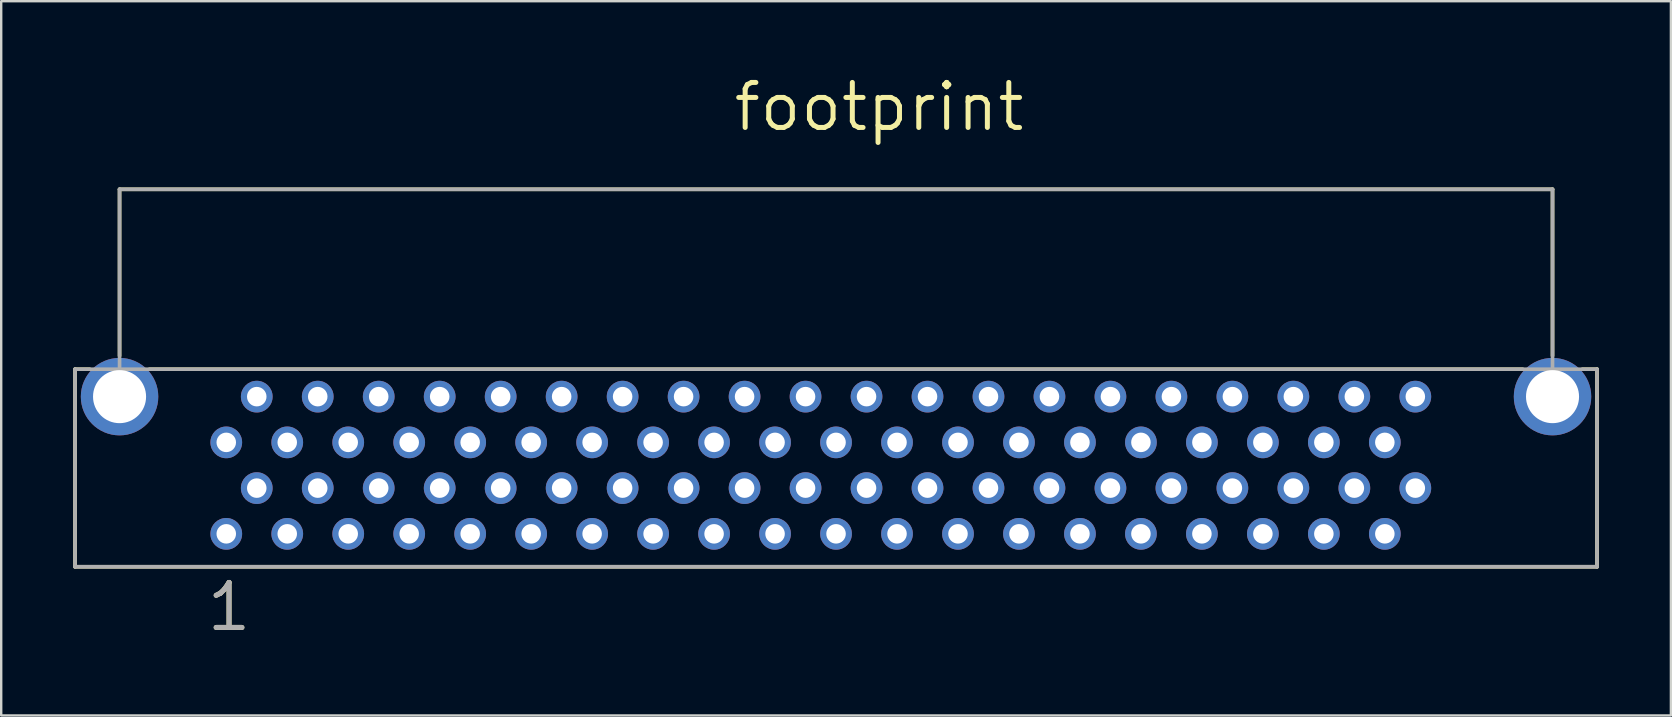
<source format=kicad_pcb>
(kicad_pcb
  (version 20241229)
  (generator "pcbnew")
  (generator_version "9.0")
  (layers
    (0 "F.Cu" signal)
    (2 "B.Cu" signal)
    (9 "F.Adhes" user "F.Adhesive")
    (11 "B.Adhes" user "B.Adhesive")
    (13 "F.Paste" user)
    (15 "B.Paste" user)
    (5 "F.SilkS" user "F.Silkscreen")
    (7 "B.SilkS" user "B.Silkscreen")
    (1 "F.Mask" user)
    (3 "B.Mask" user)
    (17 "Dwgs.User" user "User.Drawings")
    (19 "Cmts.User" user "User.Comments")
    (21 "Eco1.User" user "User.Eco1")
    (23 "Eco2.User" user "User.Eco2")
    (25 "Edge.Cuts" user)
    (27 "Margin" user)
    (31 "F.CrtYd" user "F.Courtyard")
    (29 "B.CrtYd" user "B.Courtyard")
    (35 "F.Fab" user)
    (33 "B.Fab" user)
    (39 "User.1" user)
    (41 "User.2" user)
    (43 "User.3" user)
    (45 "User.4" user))
  (footprint "footprint"
    (layer "F.Cu")
    (at 31.775 12.329)
    (property "Reference" "footprint" (at -4.369 -9.83 0) (layer "F.SilkS") (effects (font (size 1.875 1.875) (thickness 0.208)) (justify left bottom)))
    (fp_line (start -31.699 0) (end -31.699 8.23) (stroke (width 0.152) (type solid)) (layer "F.SilkS"))
    (fp_line (start -31.699 8.23) (end 31.699 8.23) (stroke (width 0.152) (type solid)) (layer "F.SilkS"))
    (fp_line (start -31.09 0) (end -31.699 0) (stroke (width 0.152) (type solid)) (layer "F.SilkS"))
    (fp_line (start -29.845 -7.493) (end -29.845 -0.559) (stroke (width 0.152) (type solid)) (layer "F.SilkS"))
    (fp_line (start -28.6 0) (end 28.6 0) (stroke (width 0.152) (type solid)) (layer "F.SilkS"))
    (fp_line (start 29.845 -7.493) (end -29.845 -7.493) (stroke (width 0.152) (type solid)) (layer "F.SilkS"))
    (fp_line (start 29.845 -0.559) (end 29.845 -7.493) (stroke (width 0.152) (type solid)) (layer "F.SilkS"))
    (fp_line (start 31.699 0) (end 31.09 0) (stroke (width 0.152) (type solid)) (layer "F.SilkS"))
    (fp_line (start 31.699 8.23) (end 31.699 0) (stroke (width 0.152) (type solid)) (layer "F.SilkS"))
    (fp_line (start -31.699 0) (end -31.699 8.23) (stroke (width 0.152) (type solid)) (layer "F.Fab"))
    (fp_line (start -31.699 0) (end -29.845 0) (stroke (width 0.152) (type solid)) (layer "F.Fab"))
    (fp_line (start -31.699 8.23) (end 31.699 8.23) (stroke (width 0.152) (type solid)) (layer "F.Fab"))
    (fp_line (start -29.845 -7.493) (end -29.845 0) (stroke (width 0.152) (type solid)) (layer "F.Fab"))
    (fp_line (start -29.845 0) (end 29.845 0) (stroke (width 0.152) (type solid)) (layer "F.Fab"))
    (fp_line (start 29.845 -7.493) (end -29.845 -7.493) (stroke (width 0.152) (type solid)) (layer "F.Fab"))
    (fp_line (start 29.845 0) (end 29.845 -7.493) (stroke (width 0.152) (type solid)) (layer "F.Fab"))
    (fp_line (start 31.699 0) (end 29.845 0) (stroke (width 0.152) (type solid)) (layer "F.Fab"))
    (fp_line (start 31.699 8.23) (end 31.699 0) (stroke (width 0.152) (type solid)) (layer "F.Fab"))
    (fp_text user "1" (at -26.314 10.998 0) (layer "F.SilkS") (effects (font (size 1.875 1.875) (thickness 0.208)) (justify left bottom)))
    (fp_text user "1" (at -26.314 10.998 0) (layer "F.Fab") (effects (font (size 1.875 1.875) (thickness 0.208)) (justify left bottom)))
    (pad "1" thru_hole circle (at -25.4 6.858) (size 1.321 1.321) (drill 0.813) (layers "*.Cu" "*.Mask"))
    (pad "2" thru_hole circle (at -24.13 4.953) (size 1.321 1.321) (drill 0.813) (layers "*.Cu" "*.Mask"))
    (pad "3" thru_hole circle (at -22.86 6.858) (size 1.321 1.321) (drill 0.813) (layers "*.Cu" "*.Mask"))
    (pad "4" thru_hole circle (at -21.59 4.953) (size 1.321 1.321) (drill 0.813) (layers "*.Cu" "*.Mask"))
    (pad "5" thru_hole circle (at -20.32 6.858) (size 1.321 1.321) (drill 0.813) (layers "*.Cu" "*.Mask"))
    (pad "6" thru_hole circle (at -19.05 4.953) (size 1.321 1.321) (drill 0.813) (layers "*.Cu" "*.Mask"))
    (pad "7" thru_hole circle (at -17.78 6.858) (size 1.321 1.321) (drill 0.813) (layers "*.Cu" "*.Mask"))
    (pad "8" thru_hole circle (at -16.51 4.953) (size 1.321 1.321) (drill 0.813) (layers "*.Cu" "*.Mask"))
    (pad "9" thru_hole circle (at -15.24 6.858) (size 1.321 1.321) (drill 0.813) (layers "*.Cu" "*.Mask"))
    (pad "10" thru_hole circle (at -13.97 4.953) (size 1.321 1.321) (drill 0.813) (layers "*.Cu" "*.Mask"))
    (pad "11" thru_hole circle (at -12.7 6.858) (size 1.321 1.321) (drill 0.813) (layers "*.Cu" "*.Mask"))
    (pad "12" thru_hole circle (at -11.43 4.953) (size 1.321 1.321) (drill 0.813) (layers "*.Cu" "*.Mask"))
    (pad "13" thru_hole circle (at -10.16 6.858) (size 1.321 1.321) (drill 0.813) (layers "*.Cu" "*.Mask"))
    (pad "14" thru_hole circle (at -8.89 4.953) (size 1.321 1.321) (drill 0.813) (layers "*.Cu" "*.Mask"))
    (pad "15" thru_hole circle (at -7.62 6.858) (size 1.321 1.321) (drill 0.813) (layers "*.Cu" "*.Mask"))
    (pad "16" thru_hole circle (at -6.35 4.953) (size 1.321 1.321) (drill 0.813) (layers "*.Cu" "*.Mask"))
    (pad "17" thru_hole circle (at -5.08 6.858) (size 1.321 1.321) (drill 0.813) (layers "*.Cu" "*.Mask"))
    (pad "18" thru_hole circle (at -3.81 4.953) (size 1.321 1.321) (drill 0.813) (layers "*.Cu" "*.Mask"))
    (pad "19" thru_hole circle (at -2.54 6.858) (size 1.321 1.321) (drill 0.813) (layers "*.Cu" "*.Mask"))
    (pad "20" thru_hole circle (at -1.27 4.953) (size 1.321 1.321) (drill 0.813) (layers "*.Cu" "*.Mask"))
    (pad "21" thru_hole circle (at 0 6.858) (size 1.321 1.321) (drill 0.813) (layers "*.Cu" "*.Mask"))
    (pad "22" thru_hole circle (at 1.27 4.953) (size 1.321 1.321) (drill 0.813) (layers "*.Cu" "*.Mask"))
    (pad "23" thru_hole circle (at 2.54 6.858) (size 1.321 1.321) (drill 0.813) (layers "*.Cu" "*.Mask"))
    (pad "24" thru_hole circle (at 3.81 4.953) (size 1.321 1.321) (drill 0.813) (layers "*.Cu" "*.Mask"))
    (pad "25" thru_hole circle (at 5.08 6.858) (size 1.321 1.321) (drill 0.813) (layers "*.Cu" "*.Mask"))
    (pad "26" thru_hole circle (at 6.35 4.953) (size 1.321 1.321) (drill 0.813) (layers "*.Cu" "*.Mask"))
    (pad "27" thru_hole circle (at 7.62 6.858) (size 1.321 1.321) (drill 0.813) (layers "*.Cu" "*.Mask"))
    (pad "28" thru_hole circle (at 8.89 4.953) (size 1.321 1.321) (drill 0.813) (layers "*.Cu" "*.Mask"))
    (pad "29" thru_hole circle (at 10.16 6.858) (size 1.321 1.321) (drill 0.813) (layers "*.Cu" "*.Mask"))
    (pad "30" thru_hole circle (at 11.43 4.953) (size 1.321 1.321) (drill 0.813) (layers "*.Cu" "*.Mask"))
    (pad "31" thru_hole circle (at 12.7 6.858) (size 1.321 1.321) (drill 0.813) (layers "*.Cu" "*.Mask"))
    (pad "32" thru_hole circle (at 13.97 4.953) (size 1.321 1.321) (drill 0.813) (layers "*.Cu" "*.Mask"))
    (pad "33" thru_hole circle (at 15.24 6.858) (size 1.321 1.321) (drill 0.813) (layers "*.Cu" "*.Mask"))
    (pad "34" thru_hole circle (at 16.51 4.953) (size 1.321 1.321) (drill 0.813) (layers "*.Cu" "*.Mask"))
    (pad "35" thru_hole circle (at 17.78 6.858) (size 1.321 1.321) (drill 0.813) (layers "*.Cu" "*.Mask"))
    (pad "36" thru_hole circle (at 19.05 4.953) (size 1.321 1.321) (drill 0.813) (layers "*.Cu" "*.Mask"))
    (pad "37" thru_hole circle (at 20.32 6.858) (size 1.321 1.321) (drill 0.813) (layers "*.Cu" "*.Mask"))
    (pad "38" thru_hole circle (at 21.59 4.953) (size 1.321 1.321) (drill 0.813) (layers "*.Cu" "*.Mask"))
    (pad "39" thru_hole circle (at 22.86 6.858) (size 1.321 1.321) (drill 0.813) (layers "*.Cu" "*.Mask"))
    (pad "40" thru_hole circle (at 24.13 4.953) (size 1.321 1.321) (drill 0.813) (layers "*.Cu" "*.Mask"))
    (pad "41" thru_hole circle (at -25.4 3.048) (size 1.321 1.321) (drill 0.813) (layers "*.Cu" "*.Mask"))
    (pad "42" thru_hole circle (at -24.13 1.143) (size 1.321 1.321) (drill 0.813) (layers "*.Cu" "*.Mask"))
    (pad "43" thru_hole circle (at -22.86 3.048) (size 1.321 1.321) (drill 0.813) (layers "*.Cu" "*.Mask"))
    (pad "44" thru_hole circle (at -21.59 1.143) (size 1.321 1.321) (drill 0.813) (layers "*.Cu" "*.Mask"))
    (pad "45" thru_hole circle (at -20.32 3.048) (size 1.321 1.321) (drill 0.813) (layers "*.Cu" "*.Mask"))
    (pad "46" thru_hole circle (at -19.05 1.143) (size 1.321 1.321) (drill 0.813) (layers "*.Cu" "*.Mask"))
    (pad "47" thru_hole circle (at -17.78 3.048) (size 1.321 1.321) (drill 0.813) (layers "*.Cu" "*.Mask"))
    (pad "48" thru_hole circle (at -16.51 1.143) (size 1.321 1.321) (drill 0.813) (layers "*.Cu" "*.Mask"))
    (pad "49" thru_hole circle (at -15.24 3.048) (size 1.321 1.321) (drill 0.813) (layers "*.Cu" "*.Mask"))
    (pad "50" thru_hole circle (at -13.97 1.143) (size 1.321 1.321) (drill 0.813) (layers "*.Cu" "*.Mask"))
    (pad "51" thru_hole circle (at -12.7 3.048) (size 1.321 1.321) (drill 0.813) (layers "*.Cu" "*.Mask"))
    (pad "52" thru_hole circle (at -11.43 1.143) (size 1.321 1.321) (drill 0.813) (layers "*.Cu" "*.Mask"))
    (pad "53" thru_hole circle (at -10.16 3.048) (size 1.321 1.321) (drill 0.813) (layers "*.Cu" "*.Mask"))
    (pad "54" thru_hole circle (at -8.89 1.143) (size 1.321 1.321) (drill 0.813) (layers "*.Cu" "*.Mask"))
    (pad "55" thru_hole circle (at -7.62 3.048) (size 1.321 1.321) (drill 0.813) (layers "*.Cu" "*.Mask"))
    (pad "56" thru_hole circle (at -6.35 1.143) (size 1.321 1.321) (drill 0.813) (layers "*.Cu" "*.Mask"))
    (pad "57" thru_hole circle (at -5.08 3.048) (size 1.321 1.321) (drill 0.813) (layers "*.Cu" "*.Mask"))
    (pad "58" thru_hole circle (at -3.81 1.143) (size 1.321 1.321) (drill 0.813) (layers "*.Cu" "*.Mask"))
    (pad "59" thru_hole circle (at -2.54 3.048) (size 1.321 1.321) (drill 0.813) (layers "*.Cu" "*.Mask"))
    (pad "60" thru_hole circle (at -1.27 1.143) (size 1.321 1.321) (drill 0.813) (layers "*.Cu" "*.Mask"))
    (pad "61" thru_hole circle (at 0 3.048) (size 1.321 1.321) (drill 0.813) (layers "*.Cu" "*.Mask"))
    (pad "62" thru_hole circle (at 1.27 1.143) (size 1.321 1.321) (drill 0.813) (layers "*.Cu" "*.Mask"))
    (pad "63" thru_hole circle (at 2.54 3.048) (size 1.321 1.321) (drill 0.813) (layers "*.Cu" "*.Mask"))
    (pad "64" thru_hole circle (at 3.81 1.143) (size 1.321 1.321) (drill 0.813) (layers "*.Cu" "*.Mask"))
    (pad "65" thru_hole circle (at 5.08 3.048) (size 1.321 1.321) (drill 0.813) (layers "*.Cu" "*.Mask"))
    (pad "66" thru_hole circle (at 6.35 1.143) (size 1.321 1.321) (drill 0.813) (layers "*.Cu" "*.Mask"))
    (pad "67" thru_hole circle (at 7.62 3.048) (size 1.321 1.321) (drill 0.813) (layers "*.Cu" "*.Mask"))
    (pad "68" thru_hole circle (at 8.89 1.143) (size 1.321 1.321) (drill 0.813) (layers "*.Cu" "*.Mask"))
    (pad "69" thru_hole circle (at 10.16 3.048) (size 1.321 1.321) (drill 0.813) (layers "*.Cu" "*.Mask"))
    (pad "70" thru_hole circle (at 11.43 1.143) (size 1.321 1.321) (drill 0.813) (layers "*.Cu" "*.Mask"))
    (pad "71" thru_hole circle (at 12.7 3.048) (size 1.321 1.321) (drill 0.813) (layers "*.Cu" "*.Mask"))
    (pad "72" thru_hole circle (at 13.97 1.143) (size 1.321 1.321) (drill 0.813) (layers "*.Cu" "*.Mask"))
    (pad "73" thru_hole circle (at 15.24 3.048) (size 1.321 1.321) (drill 0.813) (layers "*.Cu" "*.Mask"))
    (pad "74" thru_hole circle (at 16.51 1.143) (size 1.321 1.321) (drill 0.813) (layers "*.Cu" "*.Mask"))
    (pad "75" thru_hole circle (at 17.78 3.048) (size 1.321 1.321) (drill 0.813) (layers "*.Cu" "*.Mask"))
    (pad "76" thru_hole circle (at 19.05 1.143) (size 1.321 1.321) (drill 0.813) (layers "*.Cu" "*.Mask"))
    (pad "77" thru_hole circle (at 20.32 3.048) (size 1.321 1.321) (drill 0.813) (layers "*.Cu" "*.Mask"))
    (pad "78" thru_hole circle (at 21.59 1.143) (size 1.321 1.321) (drill 0.813) (layers "*.Cu" "*.Mask"))
    (pad "79" thru_hole circle (at 22.86 3.048) (size 1.321 1.321) (drill 0.813) (layers "*.Cu" "*.Mask"))
    (pad "80" thru_hole circle (at 24.13 1.143) (size 1.321 1.321) (drill 0.813) (layers "*.Cu" "*.Mask"))
    (pad "81" thru_hole circle (at -29.845 1.143) (size 3.226 3.226) (drill 2.21) (layers "*.Cu" "*.Mask"))
    (pad "82" thru_hole circle (at 29.845 1.143) (size 3.226 3.226) (drill 2.21) (layers "*.Cu" "*.Mask")))
  (gr_rect
    (start -3 -3)
    (end 66.551 26.752)
    (stroke (width 0.1) (type default))
    (fill no)
    (layer "Edge.Cuts")))
</source>
